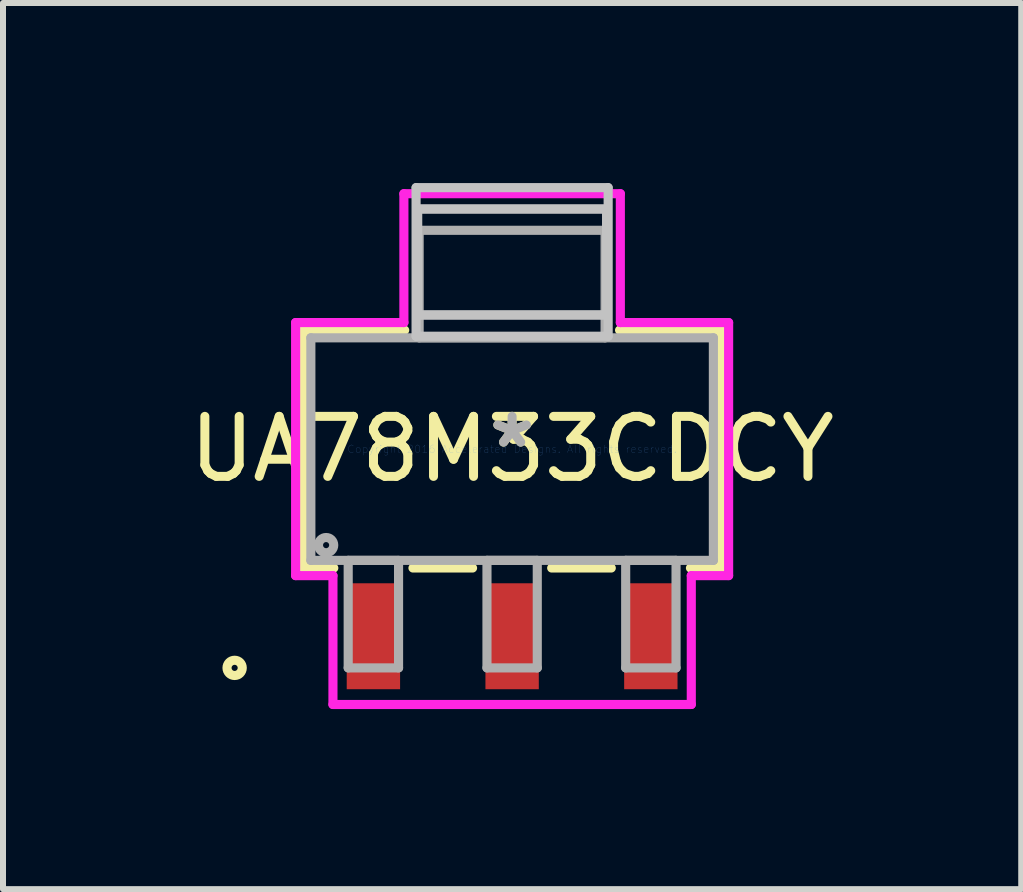
<source format=kicad_pcb>
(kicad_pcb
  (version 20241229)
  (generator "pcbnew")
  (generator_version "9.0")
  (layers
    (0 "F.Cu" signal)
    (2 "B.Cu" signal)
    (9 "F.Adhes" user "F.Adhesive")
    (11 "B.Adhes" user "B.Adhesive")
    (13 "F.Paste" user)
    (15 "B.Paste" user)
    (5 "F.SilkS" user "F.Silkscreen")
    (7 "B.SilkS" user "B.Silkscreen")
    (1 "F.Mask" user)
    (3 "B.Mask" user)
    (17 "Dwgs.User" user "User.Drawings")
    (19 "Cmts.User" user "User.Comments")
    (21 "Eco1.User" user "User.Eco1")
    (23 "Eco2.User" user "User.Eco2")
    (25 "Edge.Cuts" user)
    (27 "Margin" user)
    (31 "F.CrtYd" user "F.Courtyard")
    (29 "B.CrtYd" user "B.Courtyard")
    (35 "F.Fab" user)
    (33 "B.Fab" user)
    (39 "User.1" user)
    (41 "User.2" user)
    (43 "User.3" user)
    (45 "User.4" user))
  (footprint "UA78M33CDCY"
    (layer "F.Cu")
    (at 5.482 4.432)
    (property "Reference" "UA78M33CDCY" (at 0 0 0) (layer "F.SilkS") (effects (font (size 1 1) (thickness 0.15))))
    (attr through_hole)
    (fp_line (start -3.48 -1.981) (end -3.48 1.981) (stroke (width 0.152) (type solid)) (layer "F.SilkS"))
    (fp_line (start -3.48 1.981) (end -2.971 1.981) (stroke (width 0.152) (type solid)) (layer "F.SilkS"))
    (fp_line (start -1.79 -1.981) (end -3.48 -1.981) (stroke (width 0.152) (type solid)) (layer "F.SilkS"))
    (fp_line (start -1.652 1.981) (end -0.659 1.981) (stroke (width 0.152) (type solid)) (layer "F.SilkS"))
    (fp_line (start 0.659 1.981) (end 1.652 1.981) (stroke (width 0.152) (type solid)) (layer "F.SilkS"))
    (fp_line (start 2.971 1.981) (end 3.48 1.981) (stroke (width 0.152) (type solid)) (layer "F.SilkS"))
    (fp_line (start 3.48 -1.981) (end 1.79 -1.981) (stroke (width 0.152) (type solid)) (layer "F.SilkS"))
    (fp_line (start 3.48 1.981) (end 3.48 -1.981) (stroke (width 0.152) (type solid)) (layer "F.SilkS"))
    (fp_circle (center -4.623 3.645) (end -4.496 3.645) (stroke (width 0.152) (type solid)) (fill no) (layer "F.SilkS"))
    (fp_line (start -1.6 -4.356) (end -1.6 -1.88) (stroke (width 0.152) (type solid)) (layer "Dwgs.User"))
    (fp_line (start -1.6 -1.88) (end 1.6 -1.88) (stroke (width 0.152) (type solid)) (layer "Dwgs.User"))
    (fp_line (start -1.575 -4) (end -1.575 -2.235) (stroke (width 0.152) (type solid)) (layer "Dwgs.User"))
    (fp_line (start -1.575 -4) (end -1.575 -2.235) (stroke (width 0.152) (type solid)) (layer "Dwgs.User"))
    (fp_line (start -1.575 -2.235) (end 1.575 -2.235) (stroke (width 0.152) (type solid)) (layer "Dwgs.User"))
    (fp_line (start -1.575 -2.235) (end 1.575 -2.235) (stroke (width 0.152) (type solid)) (layer "Dwgs.User"))
    (fp_line (start 1.575 -4) (end -1.575 -4) (stroke (width 0.152) (type solid)) (layer "Dwgs.User"))
    (fp_line (start 1.575 -4) (end -1.575 -4) (stroke (width 0.152) (type solid)) (layer "Dwgs.User"))
    (fp_line (start 1.575 -2.235) (end 1.575 -4) (stroke (width 0.152) (type solid)) (layer "Dwgs.User"))
    (fp_line (start 1.575 -2.235) (end 1.575 -4) (stroke (width 0.152) (type solid)) (layer "Dwgs.User"))
    (fp_line (start 1.6 -4.356) (end -1.6 -4.356) (stroke (width 0.152) (type solid)) (layer "Dwgs.User"))
    (fp_line (start 1.6 -1.88) (end 1.6 -4.356) (stroke (width 0.152) (type solid)) (layer "Dwgs.User"))
    (fp_line (start -3.607 -2.108) (end -1.803 -2.108) (stroke (width 0.152) (type solid)) (layer "F.CrtYd"))
    (fp_line (start -3.607 2.108) (end -3.607 -2.108) (stroke (width 0.152) (type solid)) (layer "F.CrtYd"))
    (fp_line (start -2.985 2.108) (end -3.607 2.108) (stroke (width 0.152) (type solid)) (layer "F.CrtYd"))
    (fp_line (start -2.985 4.255) (end -2.985 2.108) (stroke (width 0.152) (type solid)) (layer "F.CrtYd"))
    (fp_line (start -1.803 -4.255) (end 1.803 -4.255) (stroke (width 0.152) (type solid)) (layer "F.CrtYd"))
    (fp_line (start -1.803 -2.108) (end -1.803 -4.255) (stroke (width 0.152) (type solid)) (layer "F.CrtYd"))
    (fp_line (start 1.803 -4.255) (end 1.803 -2.108) (stroke (width 0.152) (type solid)) (layer "F.CrtYd"))
    (fp_line (start 1.803 -2.108) (end 3.607 -2.108) (stroke (width 0.152) (type solid)) (layer "F.CrtYd"))
    (fp_line (start 2.985 2.108) (end 2.985 4.255) (stroke (width 0.152) (type solid)) (layer "F.CrtYd"))
    (fp_line (start 2.985 4.255) (end -2.985 4.255) (stroke (width 0.152) (type solid)) (layer "F.CrtYd"))
    (fp_line (start 3.607 -2.108) (end 3.607 2.108) (stroke (width 0.152) (type solid)) (layer "F.CrtYd"))
    (fp_line (start 3.607 2.108) (end 2.985 2.108) (stroke (width 0.152) (type solid)) (layer "F.CrtYd"))
    (fp_line (start -3.353 -1.854) (end -3.353 1.854) (stroke (width 0.152) (type solid)) (layer "F.Fab"))
    (fp_line (start -3.353 1.854) (end 3.353 1.854) (stroke (width 0.152) (type solid)) (layer "F.Fab"))
    (fp_line (start -2.731 1.854) (end -2.731 3.645) (stroke (width 0.152) (type solid)) (layer "F.Fab"))
    (fp_line (start -2.731 3.645) (end -1.892 3.645) (stroke (width 0.152) (type solid)) (layer "F.Fab"))
    (fp_line (start -1.892 1.854) (end -2.731 1.854) (stroke (width 0.152) (type solid)) (layer "F.Fab"))
    (fp_line (start -1.892 3.645) (end -1.892 1.854) (stroke (width 0.152) (type solid)) (layer "F.Fab"))
    (fp_line (start -1.549 -3.645) (end -1.549 -1.854) (stroke (width 0.152) (type solid)) (layer "F.Fab"))
    (fp_line (start -1.549 -1.854) (end 1.549 -1.854) (stroke (width 0.152) (type solid)) (layer "F.Fab"))
    (fp_line (start -0.419 1.854) (end -0.419 3.645) (stroke (width 0.152) (type solid)) (layer "F.Fab"))
    (fp_line (start -0.419 3.645) (end 0.419 3.645) (stroke (width 0.152) (type solid)) (layer "F.Fab"))
    (fp_line (start 0.419 1.854) (end -0.419 1.854) (stroke (width 0.152) (type solid)) (layer "F.Fab"))
    (fp_line (start 0.419 3.645) (end 0.419 1.854) (stroke (width 0.152) (type solid)) (layer "F.Fab"))
    (fp_line (start 1.549 -3.645) (end -1.549 -3.645) (stroke (width 0.152) (type solid)) (layer "F.Fab"))
    (fp_line (start 1.549 -1.854) (end 1.549 -3.645) (stroke (width 0.152) (type solid)) (layer "F.Fab"))
    (fp_line (start 1.892 1.854) (end 1.892 3.645) (stroke (width 0.152) (type solid)) (layer "F.Fab"))
    (fp_line (start 1.892 3.645) (end 2.731 3.645) (stroke (width 0.152) (type solid)) (layer "F.Fab"))
    (fp_line (start 2.731 1.854) (end 1.892 1.854) (stroke (width 0.152) (type solid)) (layer "F.Fab"))
    (fp_line (start 2.731 3.645) (end 2.731 1.854) (stroke (width 0.152) (type solid)) (layer "F.Fab"))
    (fp_line (start 3.353 -1.854) (end -3.353 -1.854) (stroke (width 0.152) (type solid)) (layer "F.Fab"))
    (fp_line (start 3.353 1.854) (end 3.353 -1.854) (stroke (width 0.152) (type solid)) (layer "F.Fab"))
    (fp_circle (center -3.099 1.6) (end -2.972 1.6) (stroke (width 0.152) (type solid)) (fill no) (layer "F.Fab"))
    (fp_text user "*" (at 0 0 0) (layer "F.SilkS") (effects (font (size 1 1) (thickness 0.15))))
    (fp_text user "Copyright 2016 Accelerated Designs. All rights reserved." (at 0 0 0) (layer "Cmts.User") (effects (font (size 0.127 0.127) (thickness 0.002))))
    (fp_text user "*" (at 0 0 0) (layer "F.Fab") (effects (font (size 1 1) (thickness 0.15))))
    (pad "1" smd rect (at -2.311 3.118) (size 0.889 1.765) (layers "F.Cu" "F.Mask" "F.Paste"))
    (pad "2" smd rect (at 0 3.118) (size 0.889 1.765) (layers "F.Cu" "F.Mask" "F.Paste"))
    (pad "3" smd rect (at 2.311 3.118) (size 0.889 1.765) (layers "F.Cu" "F.Mask" "F.Paste")))
  (gr_rect
    (start -3 -3)
    (end 13.964 11.763)
    (stroke (width 0.1) (type default))
    (fill no)
    (layer "Edge.Cuts")))
</source>
